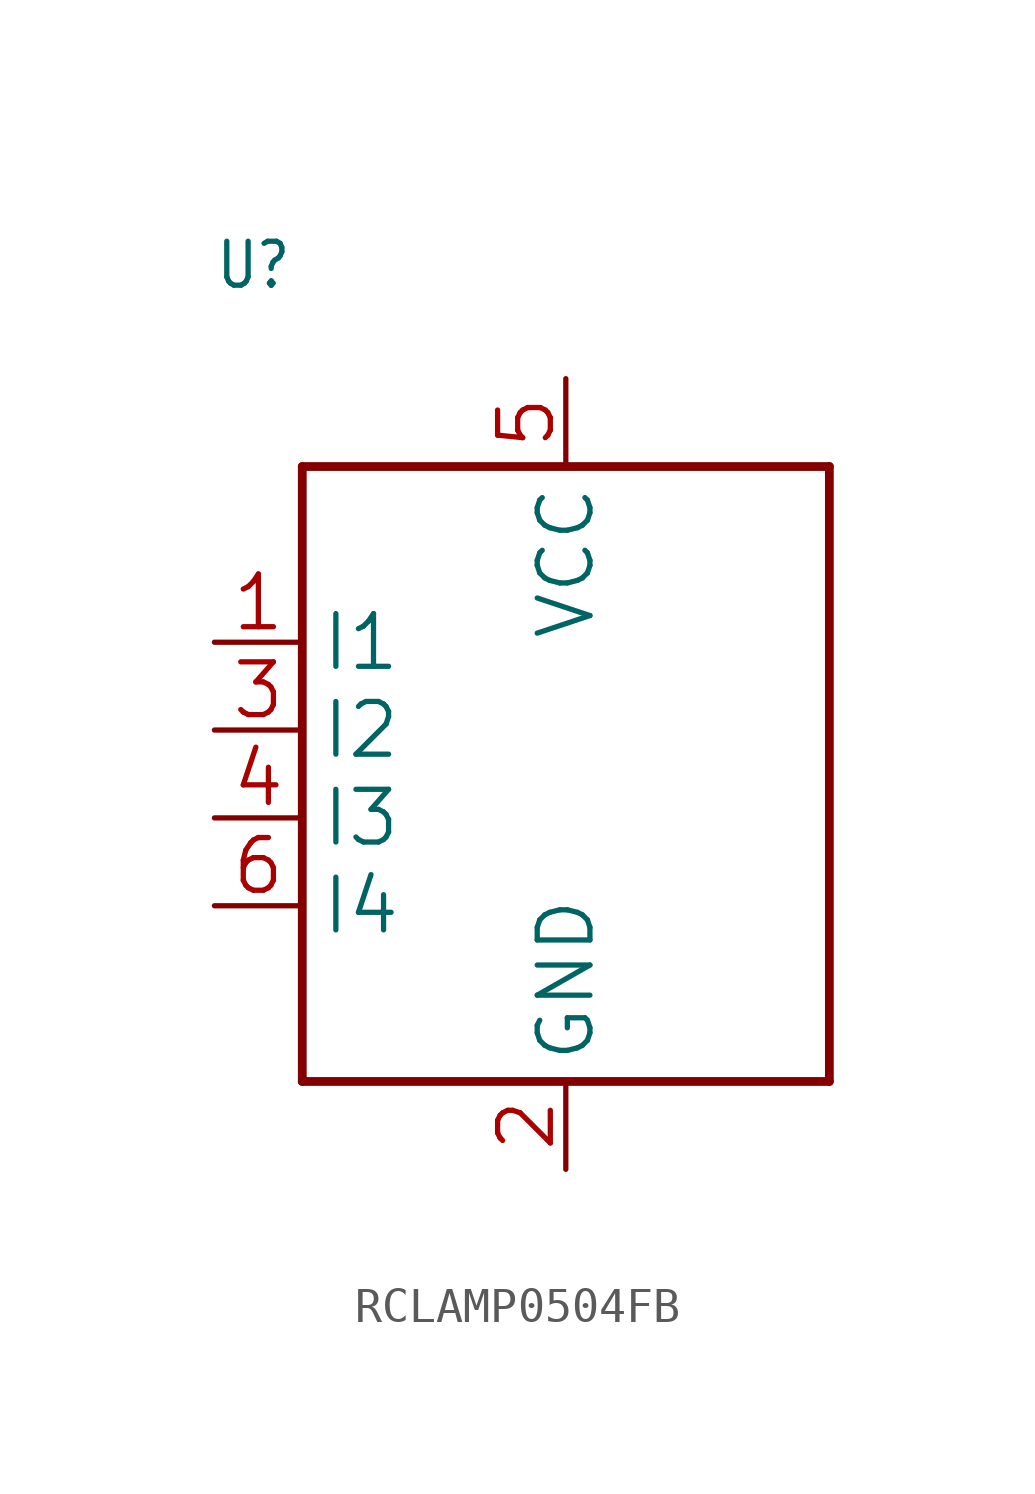
<source format=kicad_sym>
(kicad_symbol_lib
  (version 20241209)
  (generator "kicad_symbol_editor")
  (generator_version "9.0")
  (symbol "RCLAMP0504FB"
    (property "Reference" "U"
      (at -10.16 12.7 0)
      (effects (font (size 1.27 1.079)) (justify left bottom)))
    (property "Value" ""
      (at -10.16 10.16 0)
      (effects (font (size 1.27 1.079)) (justify left bottom)))
    (property "ki_locked" ""
      (at 0 0 0)
      (effects (font (size 1.27 1.27))))
    (symbol "RCLAMP0504FB_1_0"
      (polyline (pts (xy -7.62 7.62) (xy 7.62 7.62)) (stroke (width 0.254) (type solid)) (fill (type none)))
      (polyline (pts (xy -7.62 -10.16) (xy -7.62 7.62)) (stroke (width 0.254) (type solid)) (fill (type none)))
      (polyline (pts (xy 7.62 7.62) (xy 7.62 -10.16)) (stroke (width 0.254) (type solid)) (fill (type none)))
      (polyline (pts (xy 7.62 -10.16) (xy -7.62 -10.16)) (stroke (width 0.254) (type solid)) (fill (type none)))
      (pin bidirectional line (at -10.16 2.54 0) (length 2.54) (name "I1" (effects (font (size 1.524 1.524)))) (number "1" (effects (font (size 1.524 1.524)))))
      (pin bidirectional line (at -10.16 0 0) (length 2.54) (name "I2" (effects (font (size 1.524 1.524)))) (number "3" (effects (font (size 1.524 1.524)))))
      (pin bidirectional line (at -10.16 -2.54 0) (length 2.54) (name "I3" (effects (font (size 1.524 1.524)))) (number "4" (effects (font (size 1.524 1.524)))))
      (pin bidirectional line (at -10.16 -5.08 0) (length 2.54) (name "I4" (effects (font (size 1.524 1.524)))) (number "6" (effects (font (size 1.524 1.524)))))
      (pin power_in line (at 0 10.16 270) (length 2.54) (name "VCC" (effects (font (size 1.524 1.524)))) (number "5" (effects (font (size 1.524 1.524)))))
      (pin power_in line (at 0 -12.7 90) (length 2.54) (name "GND" (effects (font (size 1.524 1.524)))) (number "2" (effects (font (size 1.524 1.524))))))))
</source>
